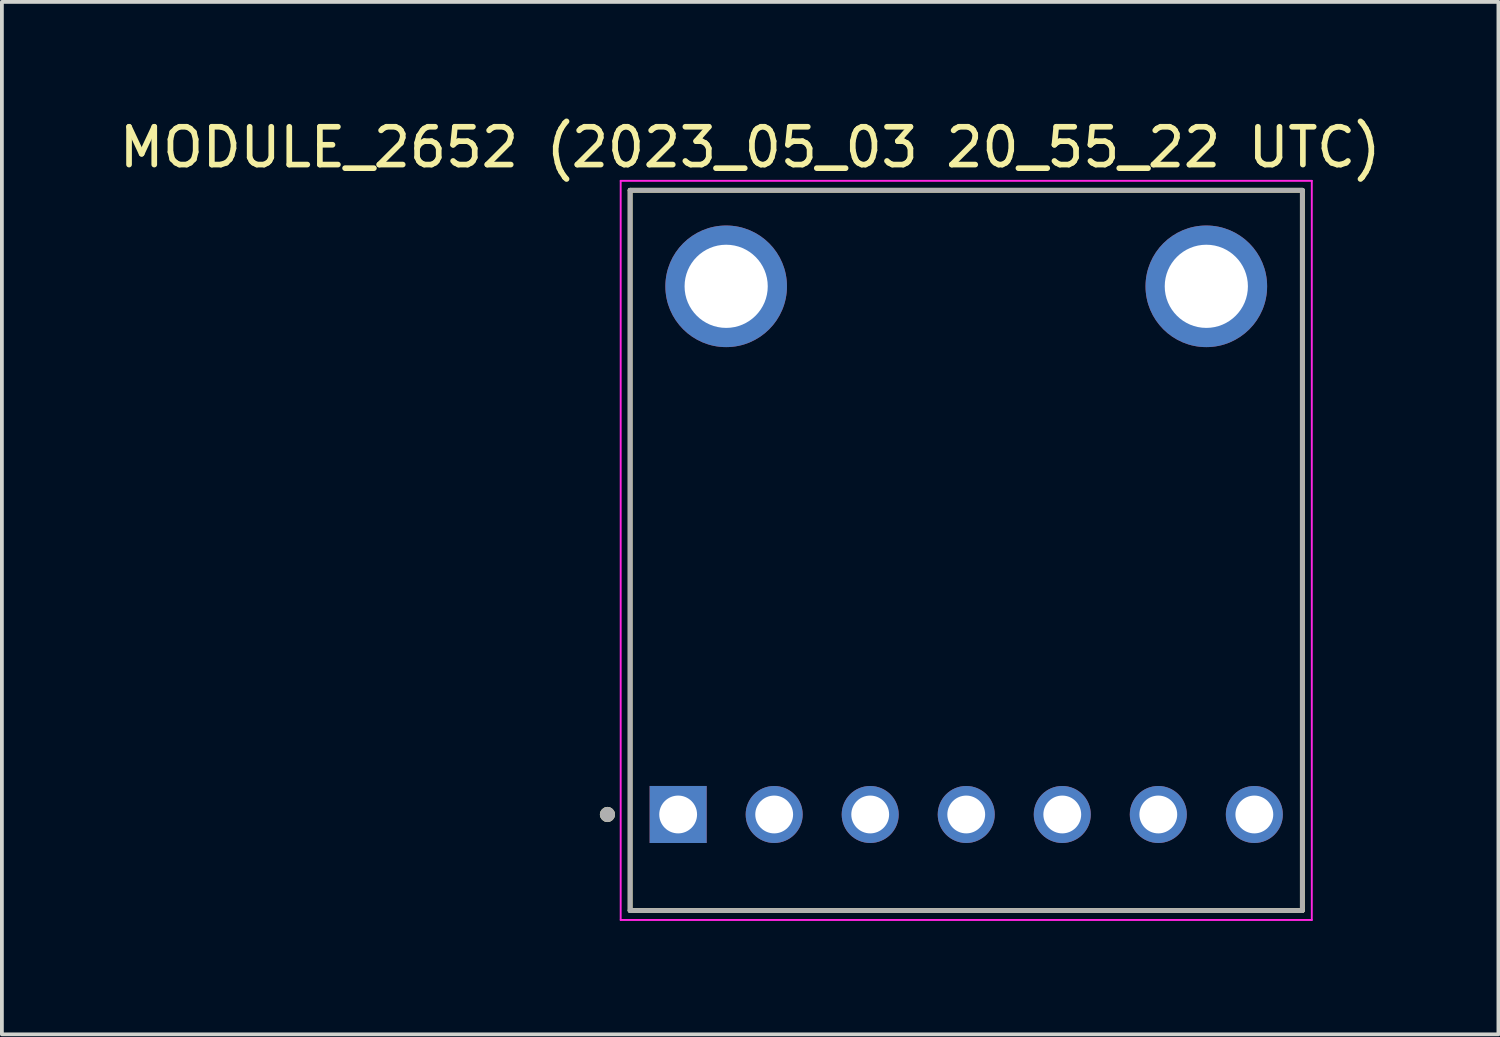
<source format=kicad_pcb>
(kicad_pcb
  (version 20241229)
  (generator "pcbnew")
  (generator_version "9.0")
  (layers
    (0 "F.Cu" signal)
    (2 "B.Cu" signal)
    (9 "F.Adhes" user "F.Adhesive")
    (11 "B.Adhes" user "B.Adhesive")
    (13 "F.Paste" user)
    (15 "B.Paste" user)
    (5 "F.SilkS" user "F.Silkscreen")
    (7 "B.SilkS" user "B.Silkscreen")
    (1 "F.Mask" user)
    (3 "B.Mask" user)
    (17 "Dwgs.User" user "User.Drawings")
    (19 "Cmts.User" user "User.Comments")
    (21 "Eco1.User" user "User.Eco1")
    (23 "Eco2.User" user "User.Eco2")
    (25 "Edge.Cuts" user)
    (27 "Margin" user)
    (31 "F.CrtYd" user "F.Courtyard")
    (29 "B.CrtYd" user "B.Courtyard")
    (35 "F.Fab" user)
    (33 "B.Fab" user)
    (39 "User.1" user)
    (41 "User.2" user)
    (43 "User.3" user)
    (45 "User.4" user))
  (footprint "MODULE_2652 (2023_05_03 20_55_22 UTC)"
    (layer "F.Cu")
    (at 22.507 11.508)
    (property "Reference" "MODULE_2652 (2023_05_03 20_55_22 UTC)" (at -5.715 -10.66 0) (layer "F.SilkS") (effects (font (size 1 1) (thickness 0.15))))
    (attr through_hole)
    (fp_line (start -8.89 -9.525) (end 8.89 -9.525) (stroke (width 0.127) (type solid)) (layer "F.SilkS"))
    (fp_line (start -8.89 9.525) (end -8.89 -9.525) (stroke (width 0.127) (type solid)) (layer "F.SilkS"))
    (fp_line (start 8.89 -9.525) (end 8.89 9.525) (stroke (width 0.127) (type solid)) (layer "F.SilkS"))
    (fp_line (start 8.89 9.525) (end -8.89 9.525) (stroke (width 0.127) (type solid)) (layer "F.SilkS"))
    (fp_circle (center -9.49 6.985) (end -9.39 6.985) (stroke (width 0.2) (type solid)) (fill no) (layer "F.SilkS"))
    (fp_line (start -9.14 -9.775) (end 9.14 -9.775) (stroke (width 0.05) (type solid)) (layer "F.CrtYd"))
    (fp_line (start -9.14 9.775) (end -9.14 -9.775) (stroke (width 0.05) (type solid)) (layer "F.CrtYd"))
    (fp_line (start 9.14 -9.775) (end 9.14 9.775) (stroke (width 0.05) (type solid)) (layer "F.CrtYd"))
    (fp_line (start 9.14 9.775) (end -9.14 9.775) (stroke (width 0.05) (type solid)) (layer "F.CrtYd"))
    (fp_line (start -8.89 -9.525) (end 8.89 -9.525) (stroke (width 0.127) (type solid)) (layer "F.Fab"))
    (fp_line (start -8.89 9.525) (end -8.89 -9.525) (stroke (width 0.127) (type solid)) (layer "F.Fab"))
    (fp_line (start 8.89 -9.525) (end 8.89 9.525) (stroke (width 0.127) (type solid)) (layer "F.Fab"))
    (fp_line (start 8.89 9.525) (end -8.89 9.525) (stroke (width 0.127) (type solid)) (layer "F.Fab"))
    (fp_circle (center -9.49 6.985) (end -9.39 6.985) (stroke (width 0.2) (type solid)) (fill no) (layer "F.Fab"))
    (pad "1" thru_hole rect (at -7.62 6.985) (size 1.508 1.508) (drill 1) (layers "*.Cu" "*.Mask"))
    (pad "2" thru_hole circle (at -5.08 6.985) (size 1.508 1.508) (drill 1) (layers "*.Cu" "*.Mask"))
    (pad "3" thru_hole circle (at -2.54 6.985) (size 1.508 1.508) (drill 1) (layers "*.Cu" "*.Mask"))
    (pad "4" thru_hole circle (at 0 6.985) (size 1.508 1.508) (drill 1) (layers "*.Cu" "*.Mask"))
    (pad "5" thru_hole circle (at 2.54 6.985) (size 1.508 1.508) (drill 1) (layers "*.Cu" "*.Mask"))
    (pad "6" thru_hole circle (at 5.08 6.985) (size 1.508 1.508) (drill 1) (layers "*.Cu" "*.Mask"))
    (pad "7" thru_hole circle (at 7.62 6.985) (size 1.508 1.508) (drill 1) (layers "*.Cu" "*.Mask"))
    (pad "P1" thru_hole circle (at -6.35 -6.985) (size 3.216 3.216) (drill 2.2) (layers "*.Cu" "*.Mask"))
    (pad "P2" thru_hole circle (at 6.35 -6.985) (size 3.216 3.216) (drill 2.2) (layers "*.Cu" "*.Mask")))
  (gr_rect
    (start -3 -3)
    (end 36.583 24.308)
    (stroke (width 0.1) (type default))
    (fill no)
    (layer "Edge.Cuts")))
</source>
